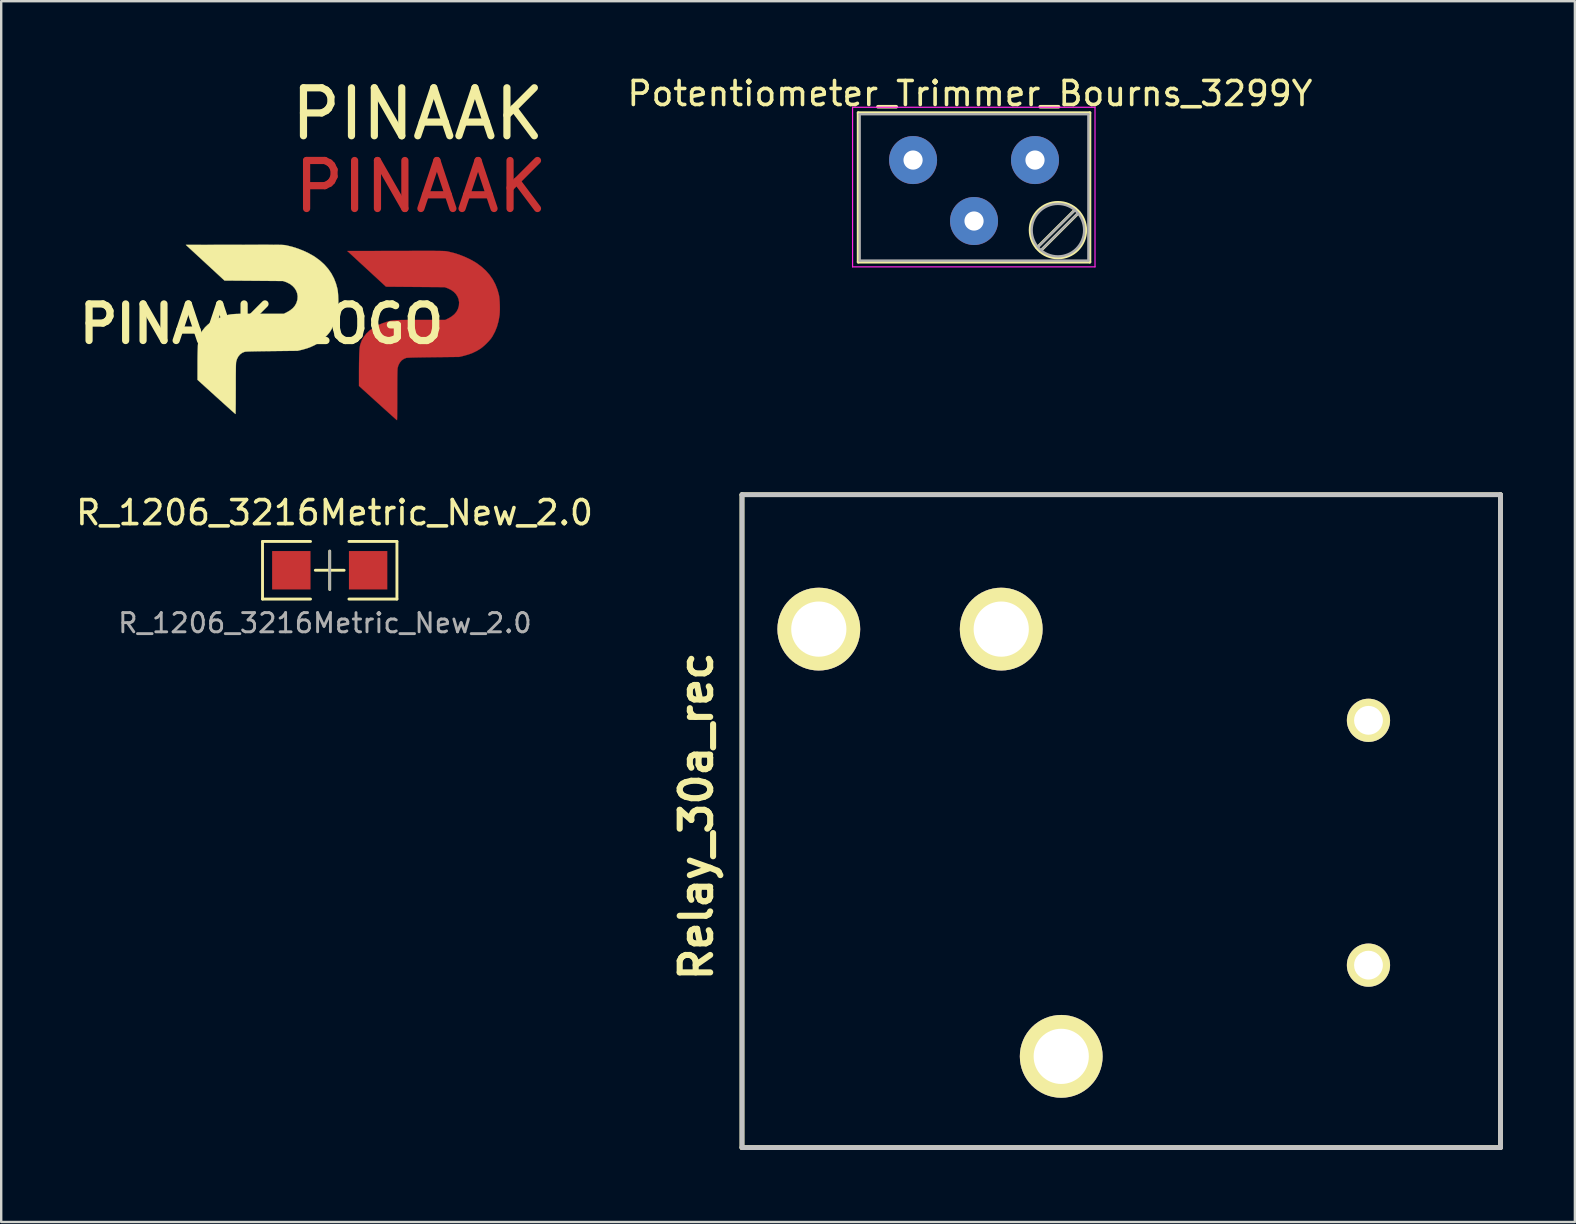
<source format=kicad_pcb>
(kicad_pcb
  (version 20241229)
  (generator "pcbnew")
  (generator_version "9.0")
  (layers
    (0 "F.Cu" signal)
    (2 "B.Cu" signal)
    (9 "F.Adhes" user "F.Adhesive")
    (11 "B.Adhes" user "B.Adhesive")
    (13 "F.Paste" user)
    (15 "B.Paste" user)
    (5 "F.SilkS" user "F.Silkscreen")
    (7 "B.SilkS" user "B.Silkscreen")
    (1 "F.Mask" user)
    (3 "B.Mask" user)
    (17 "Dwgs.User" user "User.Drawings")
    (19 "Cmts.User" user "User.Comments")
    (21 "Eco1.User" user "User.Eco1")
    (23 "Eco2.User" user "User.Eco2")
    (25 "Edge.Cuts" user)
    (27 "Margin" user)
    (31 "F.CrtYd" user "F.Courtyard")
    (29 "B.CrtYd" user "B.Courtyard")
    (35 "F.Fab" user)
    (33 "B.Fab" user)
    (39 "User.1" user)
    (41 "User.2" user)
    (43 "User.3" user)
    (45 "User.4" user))
  (footprint "Relay_30a_rec"
    (layer "F.Cu")
    (at 53.963 26.96)
    (property "Reference" "Relay_30a_rec" (at -28 4 270) (layer "F.SilkS") (effects (font (size 1.27 1.27) (thickness 0.254))))
    (attr through_hole)
    (fp_line (start -26.1 -9.4) (end 5.5 -9.4) (stroke (width 0.2) (type solid)) (layer "F.SilkS"))
    (fp_line (start -26.1 17.8) (end -26.1 -9.4) (stroke (width 0.2) (type solid)) (layer "F.SilkS"))
    (fp_line (start 5.5 -9.4) (end 5.5 17.8) (stroke (width 0.2) (type solid)) (layer "F.SilkS"))
    (fp_line (start 5.5 17.8) (end -26.1 17.8) (stroke (width 0.2) (type solid)) (layer "F.SilkS"))
    (fp_line (start -26.1 -9.4) (end 5.5 -9.4) (stroke (width 0.2) (type solid)) (layer "Dwgs.User"))
    (fp_line (start -26.1 17.8) (end -26.1 -9.4) (stroke (width 0.2) (type solid)) (layer "Dwgs.User"))
    (fp_line (start 5.5 -9.4) (end 5.5 17.8) (stroke (width 0.2) (type solid)) (layer "Dwgs.User"))
    (fp_line (start 5.5 17.8) (end -26.1 17.8) (stroke (width 0.2) (type solid)) (layer "Dwgs.User"))
    (pad "1" thru_hole circle (at 0 0 90) (size 1.8 1.8) (drill 1.2) (layers "*.Cu" "*.Mask" "F.SilkS"))
    (pad "2" thru_hole circle (at -15.3 -3.8 90) (size 3.45 3.45) (drill 2.3) (layers "*.Cu" "*.Mask" "F.SilkS"))
    (pad "3" thru_hole circle (at -22.9 -3.8 90) (size 3.45 3.45) (drill 2.3) (layers "*.Cu" "*.Mask" "F.SilkS"))
    (pad "4" thru_hole circle (at -12.8 14 90) (size 3.45 3.45) (drill 2.3) (layers "*.Cu" "*.Mask" "F.SilkS"))
    (pad "5" thru_hole circle (at 0 10.2 90) (size 1.8 1.8) (drill 1.2) (layers "*.Cu" "*.Mask" "F.SilkS")))
  (footprint "PINAAK_LOGO"
    (layer "F.Cu")
    (at 7.845 10.447)
    (property "Reference" "PINAAK_LOGO" (at 0 0 0) (layer "F.SilkS") (effects (font (size 1.524 1.524) (thickness 0.3))))
    (attr through_hole)
    (fp_poly (pts (xy 6.901 -3.045) (xy 7.041 -3.045) (xy 7.163 -3.045) (xy 7.269 -3.044) (xy 7.36 -3.043) (xy 7.437 -3.042) (xy 7.502 -3.041) (xy 7.556 -3.039) (xy 7.601 -3.038) (xy 7.638 -3.036) (xy 7.669 -3.033) (xy 7.695 -3.03) (xy 7.717 -3.027) (xy 7.738 -3.024) (xy 7.758 -3.02) (xy 7.772 -3.017) (xy 8.003 -2.961) (xy 8.236 -2.888) (xy 8.465 -2.798) (xy 8.682 -2.697) (xy 8.882 -2.586) (xy 8.95 -2.543) (xy 9.158 -2.391) (xy 9.342 -2.225) (xy 9.501 -2.046) (xy 9.636 -1.852) (xy 9.746 -1.644) (xy 9.833 -1.421) (xy 9.892 -1.205) (xy 9.904 -1.131) (xy 9.914 -1.035) (xy 9.922 -0.925) (xy 9.927 -0.806) (xy 9.93 -0.684) (xy 9.929 -0.568) (xy 9.925 -0.463) (xy 9.918 -0.375) (xy 9.918 -0.369) (xy 9.876 -0.123) (xy 9.812 0.107) (xy 9.727 0.321) (xy 9.619 0.521) (xy 9.595 0.558) (xy 9.54 0.633) (xy 9.468 0.716) (xy 9.385 0.803) (xy 9.296 0.888) (xy 9.208 0.964) (xy 9.127 1.026) (xy 9.109 1.038) (xy 8.957 1.128) (xy 8.801 1.204) (xy 8.633 1.267) (xy 8.448 1.321) (xy 8.386 1.337) (xy 8.231 1.373) (xy 7.162 1.385) (xy 6.928 1.388) (xy 6.721 1.391) (xy 6.543 1.394) (xy 6.391 1.397) (xy 6.266 1.4) (xy 6.168 1.404) (xy 6.097 1.407) (xy 6.051 1.411) (xy 6.033 1.413) (xy 5.927 1.456) (xy 5.836 1.521) (xy 5.763 1.608) (xy 5.706 1.716) (xy 5.671 1.833) (xy 5.668 1.861) (xy 5.665 1.912) (xy 5.662 1.986) (xy 5.66 2.084) (xy 5.658 2.206) (xy 5.657 2.354) (xy 5.656 2.528) (xy 5.655 2.728) (xy 5.655 2.957) (xy 5.655 2.958) (xy 5.655 3.128) (xy 5.655 3.289) (xy 5.654 3.439) (xy 5.653 3.576) (xy 5.652 3.699) (xy 5.651 3.804) (xy 5.65 3.89) (xy 5.648 3.954) (xy 5.646 3.994) (xy 5.645 4.009) (xy 5.645 4.009) (xy 5.633 3.999) (xy 5.602 3.973) (xy 5.553 3.93) (xy 5.488 3.872) (xy 5.409 3.802) (xy 5.317 3.719) (xy 5.215 3.627) (xy 5.103 3.526) (xy 4.983 3.418) (xy 4.857 3.303) (xy 4.847 3.295) (xy 4.061 2.582) (xy 4.061 2.008) (xy 4.062 1.793) (xy 4.064 1.605) (xy 4.067 1.442) (xy 4.071 1.301) (xy 4.076 1.181) (xy 4.082 1.08) (xy 4.09 0.996) (xy 4.1 0.927) (xy 4.111 0.871) (xy 4.116 0.851) (xy 4.178 0.686) (xy 4.265 0.533) (xy 4.376 0.392) (xy 4.512 0.264) (xy 4.671 0.15) (xy 4.853 0.05) (xy 5.057 -0.036) (xy 5.218 -0.089) (xy 5.267 -0.103) (xy 5.312 -0.116) (xy 5.354 -0.126) (xy 5.397 -0.136) (xy 5.442 -0.143) (xy 5.492 -0.15) (xy 5.548 -0.155) (xy 5.614 -0.159) (xy 5.691 -0.162) (xy 5.782 -0.164) (xy 5.888 -0.166) (xy 6.013 -0.167) (xy 6.158 -0.168) (xy 6.326 -0.168) (xy 6.519 -0.168) (xy 6.614 -0.168) (xy 7.654 -0.168) (xy 7.78 -0.23) (xy 7.918 -0.31) (xy 8.03 -0.4) (xy 8.118 -0.502) (xy 8.181 -0.617) (xy 8.22 -0.745) (xy 8.225 -0.774) (xy 8.233 -0.9) (xy 8.213 -1.022) (xy 8.169 -1.137) (xy 8.102 -1.242) (xy 8.012 -1.336) (xy 7.902 -1.417) (xy 7.773 -1.481) (xy 7.72 -1.501) (xy 7.624 -1.534) (xy 6.405 -1.543) (xy 5.187 -1.553) (xy 3.576 -3.039) (xy 5.6 -3.043) (xy 5.879 -3.044) (xy 6.131 -3.044) (xy 6.358 -3.045) (xy 6.561 -3.045) (xy 6.741 -3.045) (xy 6.901 -3.045)) (stroke (width 0.01) (type solid)) (fill yes) (layer "F.Cu"))
    (fp_poly (pts (xy 0.173 -3.301) (xy 0.313 -3.3) (xy 0.436 -3.3) (xy 0.541 -3.299) (xy 0.632 -3.299) (xy 0.709 -3.298) (xy 0.774 -3.296) (xy 0.828 -3.295) (xy 0.873 -3.293) (xy 0.91 -3.291) (xy 0.941 -3.289) (xy 0.967 -3.286) (xy 0.99 -3.283) (xy 1.01 -3.279) (xy 1.031 -3.275) (xy 1.044 -3.273) (xy 1.275 -3.217) (xy 1.508 -3.143) (xy 1.737 -3.054) (xy 1.955 -2.952) (xy 2.154 -2.841) (xy 2.223 -2.798) (xy 2.431 -2.646) (xy 2.614 -2.481) (xy 2.773 -2.301) (xy 2.908 -2.108) (xy 3.019 -1.9) (xy 3.105 -1.677) (xy 3.164 -1.46) (xy 3.176 -1.386) (xy 3.186 -1.291) (xy 3.194 -1.18) (xy 3.199 -1.061) (xy 3.202 -0.94) (xy 3.201 -0.823) (xy 3.198 -0.718) (xy 3.191 -0.631) (xy 3.19 -0.625) (xy 3.148 -0.378) (xy 3.085 -0.149) (xy 2.999 0.065) (xy 2.891 0.266) (xy 2.867 0.303) (xy 2.813 0.377) (xy 2.741 0.461) (xy 2.657 0.548) (xy 2.568 0.633) (xy 2.481 0.709) (xy 2.399 0.77) (xy 2.381 0.783) (xy 2.229 0.873) (xy 2.073 0.948) (xy 1.906 1.012) (xy 1.72 1.066) (xy 1.658 1.081) (xy 1.503 1.118) (xy 0.434 1.13) (xy 0.2 1.133) (xy -0.006 1.136) (xy -0.185 1.139) (xy -0.337 1.142) (xy -0.461 1.145) (xy -0.559 1.148) (xy -0.631 1.152) (xy -0.677 1.155) (xy -0.695 1.158) (xy -0.801 1.2) (xy -0.891 1.266) (xy -0.965 1.353) (xy -1.021 1.46) (xy -1.056 1.578) (xy -1.06 1.606) (xy -1.063 1.657) (xy -1.066 1.73) (xy -1.068 1.828) (xy -1.069 1.951) (xy -1.071 2.099) (xy -1.072 2.272) (xy -1.072 2.473) (xy -1.072 2.701) (xy -1.072 2.703) (xy -1.073 2.872) (xy -1.073 3.033) (xy -1.074 3.184) (xy -1.074 3.321) (xy -1.076 3.443) (xy -1.077 3.549) (xy -1.078 3.634) (xy -1.08 3.698) (xy -1.081 3.739) (xy -1.083 3.753) (xy -1.083 3.753) (xy -1.095 3.744) (xy -1.126 3.717) (xy -1.175 3.674) (xy -1.24 3.617) (xy -1.319 3.546) (xy -1.41 3.464) (xy -1.513 3.372) (xy -1.625 3.27) (xy -1.745 3.162) (xy -1.871 3.048) (xy -1.88 3.04) (xy -2.667 2.326) (xy -2.666 1.752) (xy -2.666 1.538) (xy -2.664 1.35) (xy -2.661 1.186) (xy -2.657 1.045) (xy -2.652 0.925) (xy -2.645 0.824) (xy -2.637 0.74) (xy -2.628 0.671) (xy -2.617 0.616) (xy -2.611 0.595) (xy -2.55 0.43) (xy -2.463 0.277) (xy -2.351 0.137) (xy -2.216 0.009) (xy -2.057 -0.105) (xy -1.875 -0.206) (xy -1.67 -0.292) (xy -1.51 -0.344) (xy -1.461 -0.359) (xy -1.416 -0.371) (xy -1.373 -0.382) (xy -1.331 -0.391) (xy -1.286 -0.399) (xy -1.236 -0.405) (xy -1.179 -0.41) (xy -1.114 -0.414) (xy -1.037 -0.418) (xy -0.946 -0.42) (xy -0.839 -0.421) (xy -0.715 -0.422) (xy -0.569 -0.423) (xy -0.401 -0.423) (xy -0.209 -0.423) (xy -0.114 -0.423) (xy 0.926 -0.423) (xy 1.052 -0.485) (xy 1.19 -0.565) (xy 1.303 -0.656) (xy 1.39 -0.758) (xy 1.453 -0.872) (xy 1.492 -1) (xy 1.498 -1.029) (xy 1.505 -1.156) (xy 1.486 -1.278) (xy 1.442 -1.392) (xy 1.374 -1.498) (xy 1.284 -1.592) (xy 1.174 -1.672) (xy 1.045 -1.737) (xy 0.992 -1.756) (xy 0.896 -1.789) (xy -0.323 -1.799) (xy -1.541 -1.808) (xy -3.152 -3.295) (xy -1.128 -3.299) (xy -0.849 -3.299) (xy -0.597 -3.3) (xy -0.37 -3.3) (xy -0.167 -3.3) (xy 0.014 -3.301) (xy 0.173 -3.301)) (stroke (width 0.01) (type solid)) (fill yes) (layer "F.SilkS"))
    (fp_text user "PINAAK" (at 6.64 -5.72 0) (layer "F.Cu") (effects (font (size 2 2) (thickness 0.3))))
    (fp_text user "PINAAK" (at 6.51 -8.75 180) (layer "F.SilkS") (effects (font (size 2 2) (thickness 0.3)))))
  (footprint "Potentiometer_Trimmer_Bourns_3299Y"
    (layer "F.Cu")
    (at 40.07 3.618)
    (property "Reference" "Potentiometer_Trimmer_Bourns_3299Y" (at -2.71 -2.77 0) (layer "F.SilkS") (effects (font (size 1 1) (thickness 0.15))))
    (attr through_hole)
    (fp_line (start -7.365 -1.97) (end -7.365 4.25) (stroke (width 0.12) (type solid)) (layer "F.SilkS"))
    (fp_line (start -7.365 -1.97) (end 2.285 -1.97) (stroke (width 0.12) (type solid)) (layer "F.SilkS"))
    (fp_line (start -7.365 4.25) (end 2.285 4.25) (stroke (width 0.12) (type solid)) (layer "F.SilkS"))
    (fp_line (start 1.691 2.045) (end 0.079 3.655) (stroke (width 0.12) (type solid)) (layer "F.SilkS"))
    (fp_line (start 1.831 2.186) (end 0.22 3.796) (stroke (width 0.12) (type solid)) (layer "F.SilkS"))
    (fp_line (start 2.285 -1.97) (end 2.285 4.25) (stroke (width 0.12) (type solid)) (layer "F.SilkS"))
    (fp_circle (center 0.955 2.92) (end 2.11 2.92) (stroke (width 0.12) (type solid)) (fill no) (layer "F.SilkS"))
    (fp_line (start -7.6 -2.2) (end -7.6 4.45) (stroke (width 0.05) (type solid)) (layer "F.CrtYd"))
    (fp_line (start -7.6 4.45) (end 2.5 4.45) (stroke (width 0.05) (type solid)) (layer "F.CrtYd"))
    (fp_line (start 2.5 -2.2) (end -7.6 -2.2) (stroke (width 0.05) (type solid)) (layer "F.CrtYd"))
    (fp_line (start 2.5 4.45) (end 2.5 -2.2) (stroke (width 0.05) (type solid)) (layer "F.CrtYd"))
    (fp_line (start -7.305 -1.91) (end -7.305 4.19) (stroke (width 0.1) (type solid)) (layer "F.Fab"))
    (fp_line (start -7.305 4.19) (end 2.225 4.19) (stroke (width 0.1) (type solid)) (layer "F.Fab"))
    (fp_line (start 1.652 2.09) (end 0.125 3.617) (stroke (width 0.1) (type solid)) (layer "F.Fab"))
    (fp_line (start 1.786 2.224) (end 0.259 3.751) (stroke (width 0.1) (type solid)) (layer "F.Fab"))
    (fp_line (start 2.225 -1.91) (end -7.305 -1.91) (stroke (width 0.1) (type solid)) (layer "F.Fab"))
    (fp_line (start 2.225 4.19) (end 2.225 -1.91) (stroke (width 0.1) (type solid)) (layer "F.Fab"))
    (fp_circle (center 0.955 2.92) (end 2.05 2.92) (stroke (width 0.1) (type solid)) (fill no) (layer "F.Fab"))
    (pad "1" thru_hole circle (at 0 0) (size 2 2) (drill 0.8) (layers "*.Cu" "*.Mask"))
    (pad "2" thru_hole circle (at -2.54 2.54) (size 2 2) (drill 0.8) (layers "*.Cu" "*.Mask"))
    (pad "3" thru_hole circle (at -5.08 0) (size 2 2) (drill 0.8) (layers "*.Cu" "*.Mask")))
  (footprint "R_1206_3216Metric_New_2.0"
    (layer "F.Cu")
    (at 9.087 20.708)
    (property "Reference" "R_1206_3216Metric_New_2.0" (at 1.8 -2.4 0) (layer "F.SilkS") (effects (font (size 1 1) (thickness 0.15))))
    (attr smd)
    (fp_line (start -1.2 -1.2) (end -1.2 1.2) (stroke (width 0.12) (type solid)) (layer "F.SilkS"))
    (fp_line (start -1.2 1.2) (end 0.8 1.2) (stroke (width 0.12) (type solid)) (layer "F.SilkS"))
    (fp_line (start 0.8 -1.2) (end -1.2 -1.2) (stroke (width 0.12) (type solid)) (layer "F.SilkS"))
    (fp_line (start 1 0) (end 2.2 0) (stroke (width 0.12) (type solid)) (layer "F.SilkS"))
    (fp_line (start 1.6 0.8) (end 1.6 -0.8) (stroke (width 0.12) (type solid)) (layer "F.SilkS"))
    (fp_line (start 2.4 -1.2) (end 4.4 -1.2) (stroke (width 0.12) (type solid)) (layer "F.SilkS"))
    (fp_line (start 4.4 -1.2) (end 4.4 1.2) (stroke (width 0.12) (type solid)) (layer "F.SilkS"))
    (fp_line (start 4.4 1.2) (end 2.4 1.2) (stroke (width 0.12) (type solid)) (layer "F.SilkS"))
    (fp_line (start 1.6 -0.8) (end 1.6 0.8) (stroke (width 0.1) (type solid)) (layer "F.Fab"))
    (fp_text user "${REFERENCE}" (at 1.4 2.2 0) (layer "F.Fab") (effects (font (size 0.8 0.8) (thickness 0.12))))
    (pad "1" smd rect (at 0 0) (size 1.6 1.6) (layers "F.Cu" "F.Mask" "F.Paste"))
    (pad "2" smd rect (at 3.2 0) (size 1.6 1.6) (layers "F.Cu" "F.Mask" "F.Paste")))
  (gr_rect
    (start -3 -3)
    (end 62.563 47.86)
    (stroke (width 0.1) (type default))
    (fill no)
    (layer "Edge.Cuts")))
</source>
